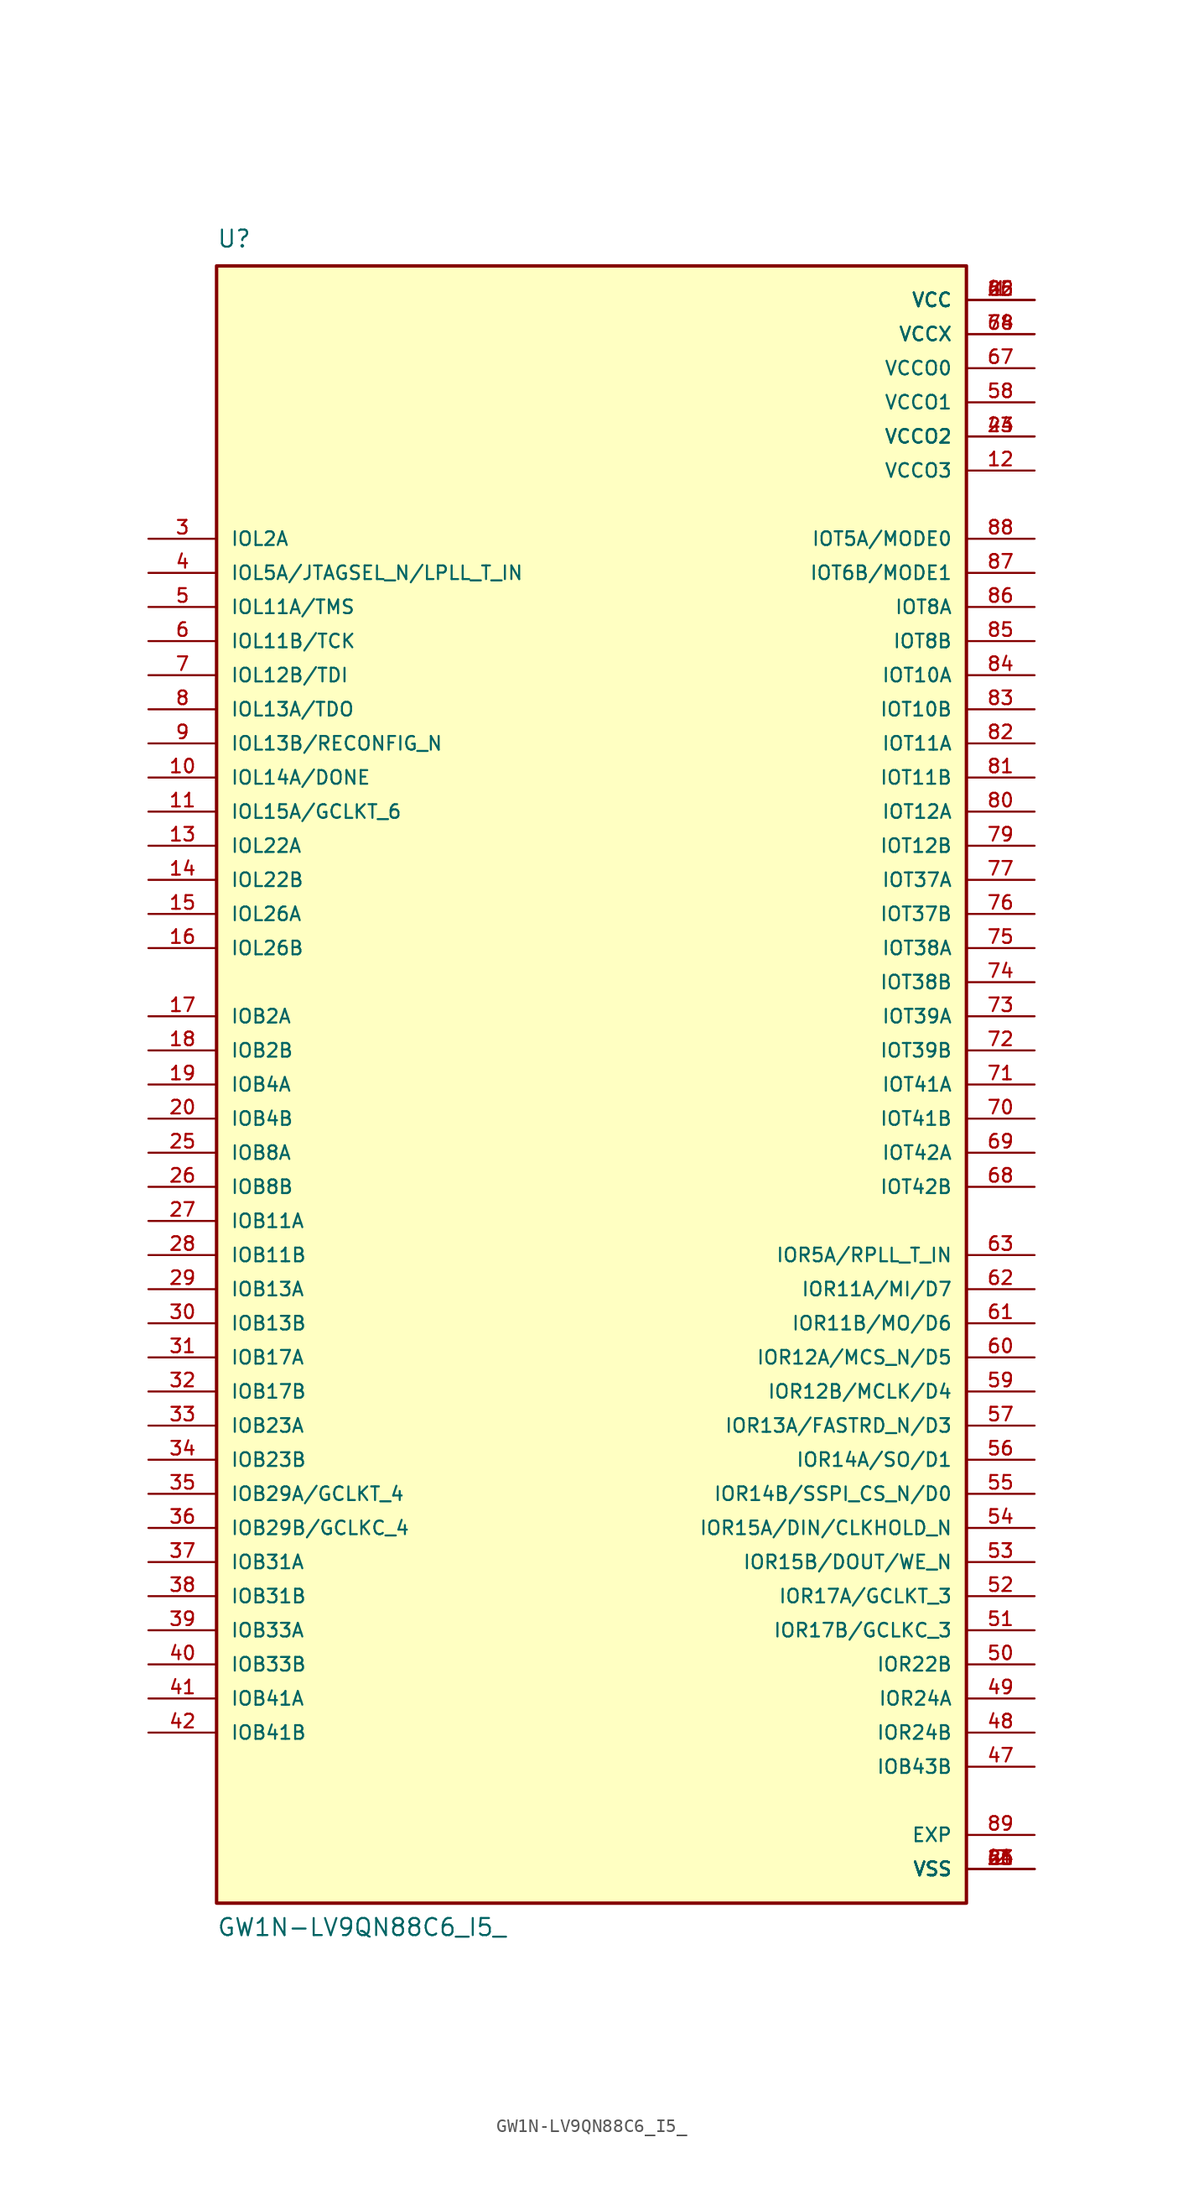
<source format=kicad_sym>
(kicad_symbol_lib
  (version 20211014)
  (generator kicad_symbol_editor)
  (symbol "GW1N-LV9QN88C6_I5_"
    (pin_names
      (offset 1.016))
    (property "Reference" "U"
      (at -27.94 62.23 0)
      (effects (font (size 1.27 1.27)) (justify left bottom)))
    (property "Value" "GW1N-LV9QN88C6_I5_"
      (at -27.94 -63.5 0)
      (effects (font (size 1.27 1.27)) (justify left bottom)))
    (symbol "GW1N-LV9QN88C6_I5__0_0"
      (rectangle (start -27.94 -60.96) (end 27.94 60.96) (stroke (width 0.254) (type default) (color 0 0 0 0)) (fill (type background)))
      (pin power_in line (at 33.02 58.42 180) (length 5.08) (name "VCC" (effects (font (size 1.016 1.016)))) (number "1" (effects (font (size 1.016 1.016)))))
      (pin bidirectional line (at -33.02 22.86 0) (length 5.08) (name "IOL14A/DONE" (effects (font (size 1.016 1.016)))) (number "10" (effects (font (size 1.016 1.016)))))
      (pin bidirectional line (at -33.02 20.32 0) (length 5.08) (name "IOL15A/GCLKT_6" (effects (font (size 1.016 1.016)))) (number "11" (effects (font (size 1.016 1.016)))))
      (pin power_in line (at 33.02 45.72 180) (length 5.08) (name "VCCO3" (effects (font (size 1.016 1.016)))) (number "12" (effects (font (size 1.016 1.016)))))
      (pin bidirectional line (at -33.02 17.78 0) (length 5.08) (name "IOL22A" (effects (font (size 1.016 1.016)))) (number "13" (effects (font (size 1.016 1.016)))))
      (pin bidirectional line (at -33.02 15.24 0) (length 5.08) (name "IOL22B" (effects (font (size 1.016 1.016)))) (number "14" (effects (font (size 1.016 1.016)))))
      (pin bidirectional line (at -33.02 12.7 0) (length 5.08) (name "IOL26A" (effects (font (size 1.016 1.016)))) (number "15" (effects (font (size 1.016 1.016)))))
      (pin bidirectional line (at -33.02 10.16 0) (length 5.08) (name "IOL26B" (effects (font (size 1.016 1.016)))) (number "16" (effects (font (size 1.016 1.016)))))
      (pin bidirectional line (at -33.02 5.08 0) (length 5.08) (name "IOB2A" (effects (font (size 1.016 1.016)))) (number "17" (effects (font (size 1.016 1.016)))))
      (pin bidirectional line (at -33.02 2.54 0) (length 5.08) (name "IOB2B" (effects (font (size 1.016 1.016)))) (number "18" (effects (font (size 1.016 1.016)))))
      (pin bidirectional line (at -33.02 0 0) (length 5.08) (name "IOB4A" (effects (font (size 1.016 1.016)))) (number "19" (effects (font (size 1.016 1.016)))))
      (pin power_in line (at 33.02 -58.42 180) (length 5.08) (name "VSS" (effects (font (size 1.016 1.016)))) (number "2" (effects (font (size 1.016 1.016)))))
      (pin bidirectional line (at -33.02 -2.54 0) (length 5.08) (name "IOB4B" (effects (font (size 1.016 1.016)))) (number "20" (effects (font (size 1.016 1.016)))))
      (pin power_in line (at 33.02 -58.42 180) (length 5.08) (name "VSS" (effects (font (size 1.016 1.016)))) (number "21" (effects (font (size 1.016 1.016)))))
      (pin power_in line (at 33.02 58.42 180) (length 5.08) (name "VCC" (effects (font (size 1.016 1.016)))) (number "22" (effects (font (size 1.016 1.016)))))
      (pin power_in line (at 33.02 48.26 180) (length 5.08) (name "VCCO2" (effects (font (size 1.016 1.016)))) (number "23" (effects (font (size 1.016 1.016)))))
      (pin power_in line (at 33.02 -58.42 180) (length 5.08) (name "VSS" (effects (font (size 1.016 1.016)))) (number "24" (effects (font (size 1.016 1.016)))))
      (pin bidirectional line (at -33.02 -5.08 0) (length 5.08) (name "IOB8A" (effects (font (size 1.016 1.016)))) (number "25" (effects (font (size 1.016 1.016)))))
      (pin bidirectional line (at -33.02 -7.62 0) (length 5.08) (name "IOB8B" (effects (font (size 1.016 1.016)))) (number "26" (effects (font (size 1.016 1.016)))))
      (pin bidirectional line (at -33.02 -10.16 0) (length 5.08) (name "IOB11A" (effects (font (size 1.016 1.016)))) (number "27" (effects (font (size 1.016 1.016)))))
      (pin bidirectional line (at -33.02 -12.7 0) (length 5.08) (name "IOB11B" (effects (font (size 1.016 1.016)))) (number "28" (effects (font (size 1.016 1.016)))))
      (pin bidirectional line (at -33.02 -15.24 0) (length 5.08) (name "IOB13A" (effects (font (size 1.016 1.016)))) (number "29" (effects (font (size 1.016 1.016)))))
      (pin bidirectional line (at -33.02 40.64 0) (length 5.08) (name "IOL2A" (effects (font (size 1.016 1.016)))) (number "3" (effects (font (size 1.016 1.016)))))
      (pin bidirectional line (at -33.02 -17.78 0) (length 5.08) (name "IOB13B" (effects (font (size 1.016 1.016)))) (number "30" (effects (font (size 1.016 1.016)))))
      (pin bidirectional line (at -33.02 -20.32 0) (length 5.08) (name "IOB17A" (effects (font (size 1.016 1.016)))) (number "31" (effects (font (size 1.016 1.016)))))
      (pin bidirectional line (at -33.02 -22.86 0) (length 5.08) (name "IOB17B" (effects (font (size 1.016 1.016)))) (number "32" (effects (font (size 1.016 1.016)))))
      (pin bidirectional line (at -33.02 -25.4 0) (length 5.08) (name "IOB23A" (effects (font (size 1.016 1.016)))) (number "33" (effects (font (size 1.016 1.016)))))
      (pin bidirectional line (at -33.02 -27.94 0) (length 5.08) (name "IOB23B" (effects (font (size 1.016 1.016)))) (number "34" (effects (font (size 1.016 1.016)))))
      (pin bidirectional line (at -33.02 -30.48 0) (length 5.08) (name "IOB29A/GCLKT_4" (effects (font (size 1.016 1.016)))) (number "35" (effects (font (size 1.016 1.016)))))
      (pin bidirectional line (at -33.02 -33.02 0) (length 5.08) (name "IOB29B/GCLKC_4" (effects (font (size 1.016 1.016)))) (number "36" (effects (font (size 1.016 1.016)))))
      (pin bidirectional line (at -33.02 -35.56 0) (length 5.08) (name "IOB31A" (effects (font (size 1.016 1.016)))) (number "37" (effects (font (size 1.016 1.016)))))
      (pin bidirectional line (at -33.02 -38.1 0) (length 5.08) (name "IOB31B" (effects (font (size 1.016 1.016)))) (number "38" (effects (font (size 1.016 1.016)))))
      (pin bidirectional line (at -33.02 -40.64 0) (length 5.08) (name "IOB33A" (effects (font (size 1.016 1.016)))) (number "39" (effects (font (size 1.016 1.016)))))
      (pin bidirectional line (at -33.02 38.1 0) (length 5.08) (name "IOL5A/JTAGSEL_N/LPLL_T_IN" (effects (font (size 1.016 1.016)))) (number "4" (effects (font (size 1.016 1.016)))))
      (pin bidirectional line (at -33.02 -43.18 0) (length 5.08) (name "IOB33B" (effects (font (size 1.016 1.016)))) (number "40" (effects (font (size 1.016 1.016)))))
      (pin bidirectional line (at -33.02 -45.72 0) (length 5.08) (name "IOB41A" (effects (font (size 1.016 1.016)))) (number "41" (effects (font (size 1.016 1.016)))))
      (pin bidirectional line (at -33.02 -48.26 0) (length 5.08) (name "IOB41B" (effects (font (size 1.016 1.016)))) (number "42" (effects (font (size 1.016 1.016)))))
      (pin power_in line (at 33.02 -58.42 180) (length 5.08) (name "VSS" (effects (font (size 1.016 1.016)))) (number "43" (effects (font (size 1.016 1.016)))))
      (pin power_in line (at 33.02 48.26 180) (length 5.08) (name "VCCO2" (effects (font (size 1.016 1.016)))) (number "44" (effects (font (size 1.016 1.016)))))
      (pin power_in line (at 33.02 58.42 180) (length 5.08) (name "VCC" (effects (font (size 1.016 1.016)))) (number "45" (effects (font (size 1.016 1.016)))))
      (pin power_in line (at 33.02 -58.42 180) (length 5.08) (name "VSS" (effects (font (size 1.016 1.016)))) (number "46" (effects (font (size 1.016 1.016)))))
      (pin bidirectional line (at 33.02 -50.8 180) (length 5.08) (name "IOB43B" (effects (font (size 1.016 1.016)))) (number "47" (effects (font (size 1.016 1.016)))))
      (pin bidirectional line (at 33.02 -48.26 180) (length 5.08) (name "IOR24B" (effects (font (size 1.016 1.016)))) (number "48" (effects (font (size 1.016 1.016)))))
      (pin bidirectional line (at 33.02 -45.72 180) (length 5.08) (name "IOR24A" (effects (font (size 1.016 1.016)))) (number "49" (effects (font (size 1.016 1.016)))))
      (pin bidirectional line (at -33.02 35.56 0) (length 5.08) (name "IOL11A/TMS" (effects (font (size 1.016 1.016)))) (number "5" (effects (font (size 1.016 1.016)))))
      (pin bidirectional line (at 33.02 -43.18 180) (length 5.08) (name "IOR22B" (effects (font (size 1.016 1.016)))) (number "50" (effects (font (size 1.016 1.016)))))
      (pin bidirectional line (at 33.02 -40.64 180) (length 5.08) (name "IOR17B/GCLKC_3" (effects (font (size 1.016 1.016)))) (number "51" (effects (font (size 1.016 1.016)))))
      (pin bidirectional line (at 33.02 -38.1 180) (length 5.08) (name "IOR17A/GCLKT_3" (effects (font (size 1.016 1.016)))) (number "52" (effects (font (size 1.016 1.016)))))
      (pin bidirectional line (at 33.02 -35.56 180) (length 5.08) (name "IOR15B/DOUT/WE_N" (effects (font (size 1.016 1.016)))) (number "53" (effects (font (size 1.016 1.016)))))
      (pin bidirectional line (at 33.02 -33.02 180) (length 5.08) (name "IOR15A/DIN/CLKHOLD_N" (effects (font (size 1.016 1.016)))) (number "54" (effects (font (size 1.016 1.016)))))
      (pin bidirectional line (at 33.02 -30.48 180) (length 5.08) (name "IOR14B/SSPI_CS_N/D0" (effects (font (size 1.016 1.016)))) (number "55" (effects (font (size 1.016 1.016)))))
      (pin bidirectional line (at 33.02 -27.94 180) (length 5.08) (name "IOR14A/SO/D1" (effects (font (size 1.016 1.016)))) (number "56" (effects (font (size 1.016 1.016)))))
      (pin bidirectional line (at 33.02 -25.4 180) (length 5.08) (name "IOR13A/FASTRD_N/D3" (effects (font (size 1.016 1.016)))) (number "57" (effects (font (size 1.016 1.016)))))
      (pin power_in line (at 33.02 50.8 180) (length 5.08) (name "VCCO1" (effects (font (size 1.016 1.016)))) (number "58" (effects (font (size 1.016 1.016)))))
      (pin bidirectional line (at 33.02 -22.86 180) (length 5.08) (name "IOR12B/MCLK/D4" (effects (font (size 1.016 1.016)))) (number "59" (effects (font (size 1.016 1.016)))))
      (pin bidirectional line (at -33.02 33.02 0) (length 5.08) (name "IOL11B/TCK" (effects (font (size 1.016 1.016)))) (number "6" (effects (font (size 1.016 1.016)))))
      (pin bidirectional line (at 33.02 -20.32 180) (length 5.08) (name "IOR12A/MCS_N/D5" (effects (font (size 1.016 1.016)))) (number "60" (effects (font (size 1.016 1.016)))))
      (pin bidirectional line (at 33.02 -17.78 180) (length 5.08) (name "IOR11B/MO/D6" (effects (font (size 1.016 1.016)))) (number "61" (effects (font (size 1.016 1.016)))))
      (pin bidirectional line (at 33.02 -15.24 180) (length 5.08) (name "IOR11A/MI/D7" (effects (font (size 1.016 1.016)))) (number "62" (effects (font (size 1.016 1.016)))))
      (pin bidirectional line (at 33.02 -12.7 180) (length 5.08) (name "IOR5A/RPLL_T_IN" (effects (font (size 1.016 1.016)))) (number "63" (effects (font (size 1.016 1.016)))))
      (pin power_in line (at 33.02 55.88 180) (length 5.08) (name "VCCX" (effects (font (size 1.016 1.016)))) (number "64" (effects (font (size 1.016 1.016)))))
      (pin power_in line (at 33.02 -58.42 180) (length 5.08) (name "VSS" (effects (font (size 1.016 1.016)))) (number "65" (effects (font (size 1.016 1.016)))))
      (pin power_in line (at 33.02 58.42 180) (length 5.08) (name "VCC" (effects (font (size 1.016 1.016)))) (number "66" (effects (font (size 1.016 1.016)))))
      (pin power_in line (at 33.02 53.34 180) (length 5.08) (name "VCCO0" (effects (font (size 1.016 1.016)))) (number "67" (effects (font (size 1.016 1.016)))))
      (pin bidirectional line (at 33.02 -7.62 180) (length 5.08) (name "IOT42B" (effects (font (size 1.016 1.016)))) (number "68" (effects (font (size 1.016 1.016)))))
      (pin bidirectional line (at 33.02 -5.08 180) (length 5.08) (name "IOT42A" (effects (font (size 1.016 1.016)))) (number "69" (effects (font (size 1.016 1.016)))))
      (pin bidirectional line (at -33.02 30.48 0) (length 5.08) (name "IOL12B/TDI" (effects (font (size 1.016 1.016)))) (number "7" (effects (font (size 1.016 1.016)))))
      (pin bidirectional line (at 33.02 -2.54 180) (length 5.08) (name "IOT41B" (effects (font (size 1.016 1.016)))) (number "70" (effects (font (size 1.016 1.016)))))
      (pin bidirectional line (at 33.02 0 180) (length 5.08) (name "IOT41A" (effects (font (size 1.016 1.016)))) (number "71" (effects (font (size 1.016 1.016)))))
      (pin bidirectional line (at 33.02 2.54 180) (length 5.08) (name "IOT39B" (effects (font (size 1.016 1.016)))) (number "72" (effects (font (size 1.016 1.016)))))
      (pin bidirectional line (at 33.02 5.08 180) (length 5.08) (name "IOT39A" (effects (font (size 1.016 1.016)))) (number "73" (effects (font (size 1.016 1.016)))))
      (pin bidirectional line (at 33.02 7.62 180) (length 5.08) (name "IOT38B" (effects (font (size 1.016 1.016)))) (number "74" (effects (font (size 1.016 1.016)))))
      (pin bidirectional line (at 33.02 10.16 180) (length 5.08) (name "IOT38A" (effects (font (size 1.016 1.016)))) (number "75" (effects (font (size 1.016 1.016)))))
      (pin bidirectional line (at 33.02 12.7 180) (length 5.08) (name "IOT37B" (effects (font (size 1.016 1.016)))) (number "76" (effects (font (size 1.016 1.016)))))
      (pin bidirectional line (at 33.02 15.24 180) (length 5.08) (name "IOT37A" (effects (font (size 1.016 1.016)))) (number "77" (effects (font (size 1.016 1.016)))))
      (pin power_in line (at 33.02 55.88 180) (length 5.08) (name "VCCX" (effects (font (size 1.016 1.016)))) (number "78" (effects (font (size 1.016 1.016)))))
      (pin bidirectional line (at 33.02 17.78 180) (length 5.08) (name "IOT12B" (effects (font (size 1.016 1.016)))) (number "79" (effects (font (size 1.016 1.016)))))
      (pin bidirectional line (at -33.02 27.94 0) (length 5.08) (name "IOL13A/TDO" (effects (font (size 1.016 1.016)))) (number "8" (effects (font (size 1.016 1.016)))))
      (pin bidirectional line (at 33.02 20.32 180) (length 5.08) (name "IOT12A" (effects (font (size 1.016 1.016)))) (number "80" (effects (font (size 1.016 1.016)))))
      (pin bidirectional line (at 33.02 22.86 180) (length 5.08) (name "IOT11B" (effects (font (size 1.016 1.016)))) (number "81" (effects (font (size 1.016 1.016)))))
      (pin bidirectional line (at 33.02 25.4 180) (length 5.08) (name "IOT11A" (effects (font (size 1.016 1.016)))) (number "82" (effects (font (size 1.016 1.016)))))
      (pin bidirectional line (at 33.02 27.94 180) (length 5.08) (name "IOT10B" (effects (font (size 1.016 1.016)))) (number "83" (effects (font (size 1.016 1.016)))))
      (pin bidirectional line (at 33.02 30.48 180) (length 5.08) (name "IOT10A" (effects (font (size 1.016 1.016)))) (number "84" (effects (font (size 1.016 1.016)))))
      (pin bidirectional line (at 33.02 33.02 180) (length 5.08) (name "IOT8B" (effects (font (size 1.016 1.016)))) (number "85" (effects (font (size 1.016 1.016)))))
      (pin bidirectional line (at 33.02 35.56 180) (length 5.08) (name "IOT8A" (effects (font (size 1.016 1.016)))) (number "86" (effects (font (size 1.016 1.016)))))
      (pin bidirectional line (at 33.02 38.1 180) (length 5.08) (name "IOT6B/MODE1" (effects (font (size 1.016 1.016)))) (number "87" (effects (font (size 1.016 1.016)))))
      (pin bidirectional line (at 33.02 40.64 180) (length 5.08) (name "IOT5A/MODE0" (effects (font (size 1.016 1.016)))) (number "88" (effects (font (size 1.016 1.016)))))
      (pin power_in line (at 33.02 -55.88 180) (length 5.08) (name "EXP" (effects (font (size 1.016 1.016)))) (number "89" (effects (font (size 1.016 1.016)))))
      (pin bidirectional line (at -33.02 25.4 0) (length 5.08) (name "IOL13B/RECONFIG_N" (effects (font (size 1.016 1.016)))) (number "9" (effects (font (size 1.016 1.016))))))))
</source>
